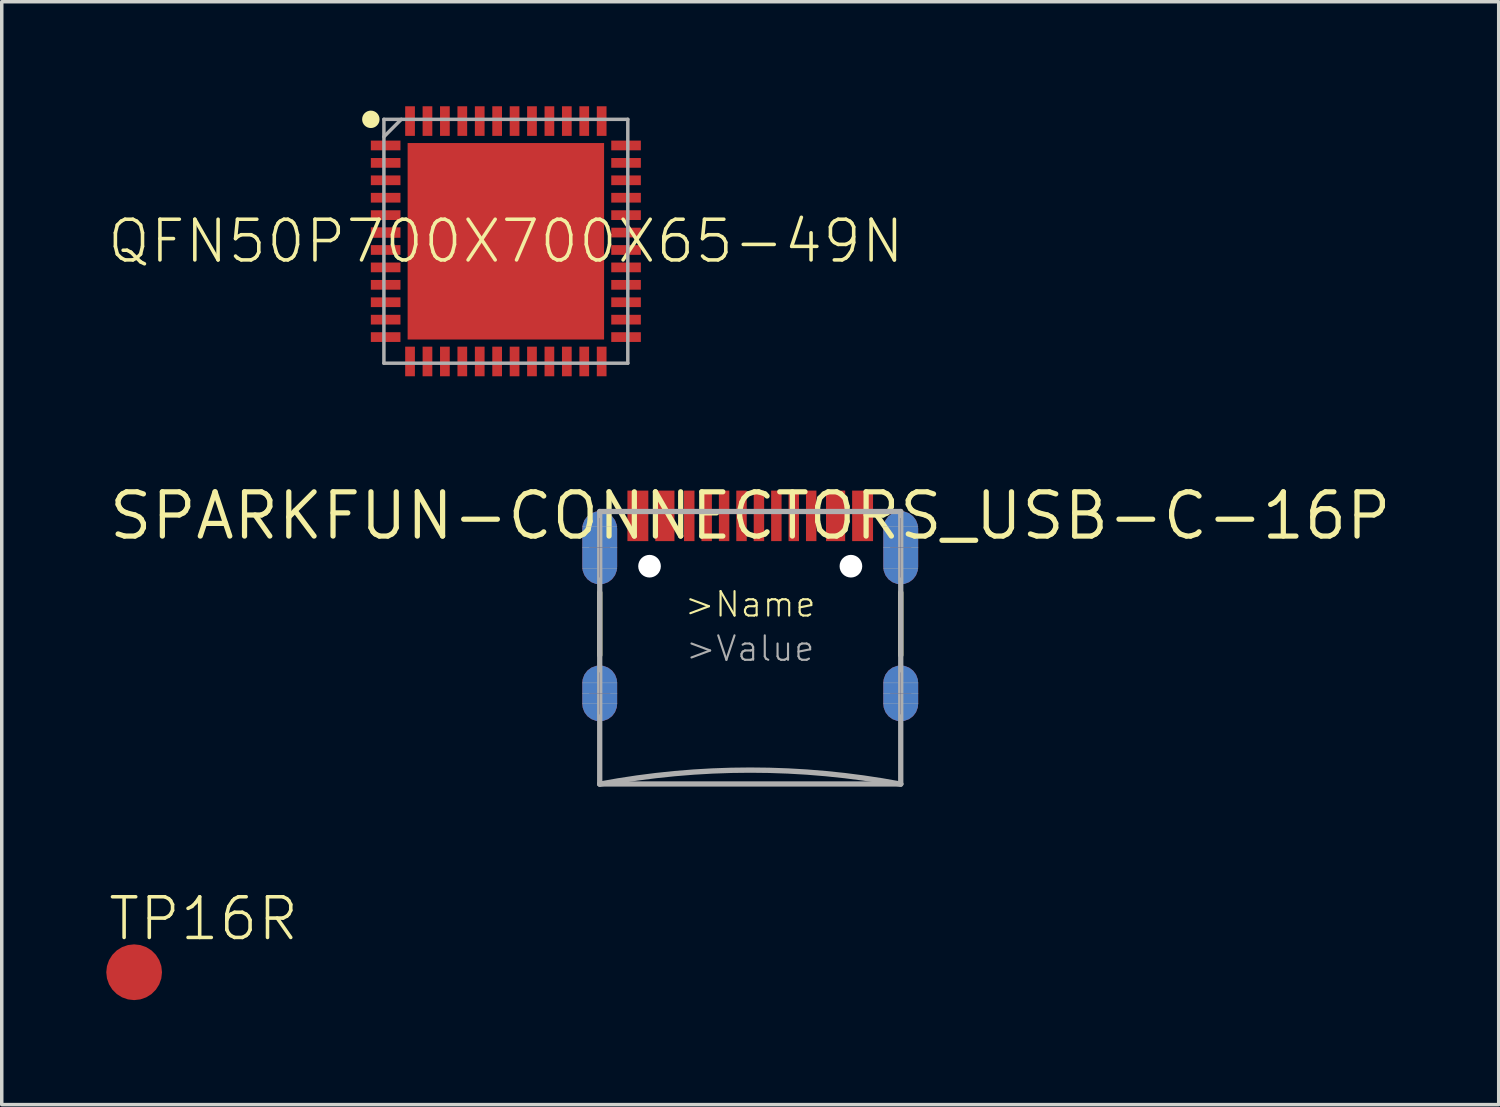
<source format=kicad_pcb>
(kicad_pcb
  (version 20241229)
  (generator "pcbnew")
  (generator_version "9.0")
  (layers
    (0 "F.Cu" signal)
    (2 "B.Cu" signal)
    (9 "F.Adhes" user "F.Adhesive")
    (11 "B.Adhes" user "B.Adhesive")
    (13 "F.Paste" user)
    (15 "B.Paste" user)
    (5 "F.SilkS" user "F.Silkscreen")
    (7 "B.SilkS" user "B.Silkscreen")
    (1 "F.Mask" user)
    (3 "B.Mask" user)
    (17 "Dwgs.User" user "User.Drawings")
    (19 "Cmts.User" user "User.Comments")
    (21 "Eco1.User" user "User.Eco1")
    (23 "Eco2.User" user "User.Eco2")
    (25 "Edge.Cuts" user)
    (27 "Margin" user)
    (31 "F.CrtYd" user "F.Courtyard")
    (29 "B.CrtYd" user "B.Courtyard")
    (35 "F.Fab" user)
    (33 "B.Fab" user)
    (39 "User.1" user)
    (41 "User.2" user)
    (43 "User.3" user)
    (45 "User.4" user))
  (footprint "TP16R"
    (layer "F.Cu")
    (at 0.8 24.855)
    (property "Reference" "TP16R" (at -0.8 -0.85 0) (layer "F.SilkS") (effects (font (size 1.168 1.168) (thickness 0.102)) (justify left bottom)))
    (pad "TP" smd roundrect (at 0 0) (size 1.6 1.6) (layers "F.Cu" "F.Mask") (roundrect_rratio 0.5)))
  (footprint "SPARKFUN-CONNECTORS_USB-C-16P"
    (layer "F.Cu")
    (at 18.483 11.756)
    (property "Reference" "SPARKFUN-CONNECTORS_USB-C-16P" (at 0 0 0) (layer "F.SilkS") (effects (font (size 1.27 1.27) (thickness 0.15))))
    (fp_poly (pts (xy -4.169 -0.226) (xy -4.026 -0.173) (xy -3.902 -0.085) (xy -3.804 0.032) (xy -3.741 0.17) (xy -3.715 0.32) (xy -3.715 1.52) (xy -3.742 1.669) (xy -3.806 1.805) (xy -3.904 1.92) (xy -4.028 2.007) (xy -4.17 2.058) (xy -4.32 2.07) (xy -4.47 2.058) (xy -4.612 2.007) (xy -4.736 1.92) (xy -4.834 1.805) (xy -4.925 1.521) (xy -4.925 0.32) (xy -4.899 0.17) (xy -4.836 0.032) (xy -4.738 -0.085) (xy -4.614 -0.174) (xy -4.32 -0.24)) (stroke (width 0) (type solid)) (fill yes) (layer "F.Mask"))
    (fp_poly (pts (xy -4.163 4.211) (xy -4.017 4.273) (xy -3.891 4.37) (xy -3.795 4.496) (xy -3.735 4.643) (xy -3.715 4.8) (xy -3.715 5.4) (xy -3.736 5.556) (xy -3.797 5.701) (xy -3.893 5.825) (xy -4.018 5.921) (xy -4.164 5.98) (xy -4.32 6) (xy -4.476 5.98) (xy -4.622 5.921) (xy -4.747 5.825) (xy -4.843 5.701) (xy -4.925 5.401) (xy -4.925 4.8) (xy -4.905 4.643) (xy -4.845 4.496) (xy -4.749 4.37) (xy -4.623 4.272) (xy -4.32 4.19)) (stroke (width 0) (type solid)) (fill yes) (layer "F.Mask"))
    (fp_poly (pts (xy 4.471 -0.226) (xy 4.614 -0.173) (xy 4.738 -0.085) (xy 4.836 0.032) (xy 4.899 0.17) (xy 4.925 0.32) (xy 4.925 1.52) (xy 4.898 1.669) (xy 4.834 1.805) (xy 4.736 1.92) (xy 4.612 2.007) (xy 4.47 2.058) (xy 4.32 2.07) (xy 4.17 2.058) (xy 4.028 2.007) (xy 3.904 1.92) (xy 3.806 1.805) (xy 3.715 1.521) (xy 3.715 0.32) (xy 3.741 0.17) (xy 3.804 0.032) (xy 3.902 -0.085) (xy 4.026 -0.174) (xy 4.32 -0.24)) (stroke (width 0) (type solid)) (fill yes) (layer "F.Mask"))
    (fp_poly (pts (xy 4.477 4.211) (xy 4.623 4.273) (xy 4.749 4.37) (xy 4.845 4.496) (xy 4.905 4.643) (xy 4.925 4.8) (xy 4.925 5.4) (xy 4.904 5.556) (xy 4.843 5.701) (xy 4.747 5.825) (xy 4.622 5.921) (xy 4.476 5.98) (xy 4.32 6) (xy 4.164 5.98) (xy 4.018 5.921) (xy 3.893 5.825) (xy 3.797 5.701) (xy 3.715 5.401) (xy 3.715 4.8) (xy 3.735 4.643) (xy 3.795 4.496) (xy 3.891 4.37) (xy 4.017 4.272) (xy 4.32 4.19)) (stroke (width 0) (type solid)) (fill yes) (layer "F.Mask"))
    (fp_line (start -4.32 2.2) (end -4.32 4) (stroke (width 0.152) (type solid)) (layer "F.SilkS"))
    (fp_line (start 4.32 2.2) (end 4.32 4) (stroke (width 0.152) (type solid)) (layer "F.SilkS"))
    (fp_poly (pts (xy -4.169 -0.226) (xy -4.026 -0.173) (xy -3.902 -0.085) (xy -3.804 0.032) (xy -3.741 0.17) (xy -3.715 0.32) (xy -3.715 1.52) (xy -3.742 1.669) (xy -3.806 1.805) (xy -3.904 1.92) (xy -4.028 2.007) (xy -4.17 2.058) (xy -4.32 2.07) (xy -4.47 2.058) (xy -4.612 2.007) (xy -4.736 1.92) (xy -4.834 1.805) (xy -4.925 1.521) (xy -4.925 0.32) (xy -4.899 0.17) (xy -4.836 0.032) (xy -4.738 -0.085) (xy -4.614 -0.174) (xy -4.32 -0.24)) (stroke (width 0) (type solid)) (fill yes) (layer "F.Paste"))
    (fp_poly (pts (xy -4.163 4.211) (xy -4.017 4.273) (xy -3.891 4.37) (xy -3.795 4.496) (xy -3.735 4.643) (xy -3.715 4.8) (xy -3.715 5.4) (xy -3.736 5.556) (xy -3.797 5.701) (xy -3.893 5.825) (xy -4.018 5.921) (xy -4.164 5.98) (xy -4.32 6) (xy -4.476 5.98) (xy -4.622 5.921) (xy -4.747 5.825) (xy -4.843 5.701) (xy -4.925 5.401) (xy -4.925 4.8) (xy -4.905 4.643) (xy -4.845 4.496) (xy -4.749 4.37) (xy -4.623 4.272) (xy -4.32 4.19)) (stroke (width 0) (type solid)) (fill yes) (layer "F.Paste"))
    (fp_poly (pts (xy 4.471 -0.226) (xy 4.614 -0.173) (xy 4.738 -0.085) (xy 4.836 0.032) (xy 4.899 0.17) (xy 4.925 0.32) (xy 4.925 1.52) (xy 4.898 1.669) (xy 4.834 1.805) (xy 4.736 1.92) (xy 4.612 2.007) (xy 4.47 2.058) (xy 4.32 2.07) (xy 4.17 2.058) (xy 4.028 2.007) (xy 3.904 1.92) (xy 3.806 1.805) (xy 3.715 1.521) (xy 3.715 0.32) (xy 3.741 0.17) (xy 3.804 0.032) (xy 3.902 -0.085) (xy 4.026 -0.174) (xy 4.32 -0.24)) (stroke (width 0) (type solid)) (fill yes) (layer "F.Paste"))
    (fp_poly (pts (xy 4.477 4.211) (xy 4.623 4.273) (xy 4.749 4.37) (xy 4.845 4.496) (xy 4.905 4.643) (xy 4.925 4.8) (xy 4.925 5.4) (xy 4.904 5.556) (xy 4.843 5.701) (xy 4.747 5.825) (xy 4.622 5.921) (xy 4.476 5.98) (xy 4.32 6) (xy 4.164 5.98) (xy 4.018 5.921) (xy 3.893 5.825) (xy 3.797 5.701) (xy 3.715 5.401) (xy 3.715 4.8) (xy 3.735 4.643) (xy 3.795 4.496) (xy 3.891 4.37) (xy 4.017 4.272) (xy 4.32 4.19)) (stroke (width 0) (type solid)) (fill yes) (layer "F.Paste"))
    (fp_line (start -4.62 0.915) (end -4.02 0.915) (stroke (width 0.01) (type solid)) (layer "B.Fab"))
    (fp_line (start -4.62 5.095) (end -4.02 5.095) (stroke (width 0.01) (type solid)) (layer "B.Fab"))
    (fp_line (start -4.32 0.065) (end -4.32 1.765) (stroke (width 0.01) (type solid)) (layer "B.Fab"))
    (fp_line (start -4.32 4.495) (end -4.32 5.695) (stroke (width 0.01) (type solid)) (layer "B.Fab"))
    (fp_line (start 4.02 0.915) (end 4.62 0.915) (stroke (width 0.01) (type solid)) (layer "B.Fab"))
    (fp_line (start 4.02 5.095) (end 4.62 5.095) (stroke (width 0.01) (type solid)) (layer "B.Fab"))
    (fp_line (start 4.32 0.065) (end 4.32 1.765) (stroke (width 0.01) (type solid)) (layer "B.Fab"))
    (fp_line (start 4.32 4.495) (end 4.32 5.695) (stroke (width 0.01) (type solid)) (layer "B.Fab"))
    (fp_line (start -4.82 0.315) (end -3.82 0.315) (stroke (width 0.01) (type solid)) (layer "F.Fab"))
    (fp_line (start -4.82 0.915) (end -3.82 0.915) (stroke (width 0.01) (type solid)) (layer "F.Fab"))
    (fp_line (start -4.82 1.515) (end -3.82 1.515) (stroke (width 0.01) (type solid)) (layer "F.Fab"))
    (fp_line (start -4.82 4.795) (end -3.82 4.795) (stroke (width 0.01) (type solid)) (layer "F.Fab"))
    (fp_line (start -4.82 5.095) (end -3.82 5.095) (stroke (width 0.01) (type solid)) (layer "F.Fab"))
    (fp_line (start -4.82 5.395) (end -3.82 5.395) (stroke (width 0.01) (type solid)) (layer "F.Fab"))
    (fp_line (start -4.32 -0.135) (end -4.32 -0.125) (stroke (width 0.01) (type solid)) (layer "F.Fab"))
    (fp_line (start -4.32 -0.125) (end -4.32 1.965) (stroke (width 0.01) (type solid)) (layer "F.Fab"))
    (fp_line (start -4.32 -0.125) (end 4.32 -0.125) (stroke (width 0.152) (type solid)) (layer "F.Fab"))
    (fp_line (start -4.32 4.295) (end -4.32 5.895) (stroke (width 0.01) (type solid)) (layer "F.Fab"))
    (fp_line (start -4.32 7.695) (end -4.32 -0.125) (stroke (width 0.152) (type solid)) (layer "F.Fab"))
    (fp_line (start -4.32 7.695) (end 4.32 7.695) (stroke (width 0.152) (type solid)) (layer "F.Fab"))
    (fp_line (start 3.82 0.315) (end 4.82 0.315) (stroke (width 0.01) (type solid)) (layer "F.Fab"))
    (fp_line (start 3.82 0.915) (end 4.82 0.915) (stroke (width 0.01) (type solid)) (layer "F.Fab"))
    (fp_line (start 3.82 1.515) (end 4.82 1.515) (stroke (width 0.01) (type solid)) (layer "F.Fab"))
    (fp_line (start 3.82 4.795) (end 4.82 4.795) (stroke (width 0.01) (type solid)) (layer "F.Fab"))
    (fp_line (start 3.82 5.095) (end 4.82 5.095) (stroke (width 0.01) (type solid)) (layer "F.Fab"))
    (fp_line (start 3.82 5.395) (end 4.82 5.395) (stroke (width 0.01) (type solid)) (layer "F.Fab"))
    (fp_line (start 4.32 -0.135) (end 4.32 -0.125) (stroke (width 0.01) (type solid)) (layer "F.Fab"))
    (fp_line (start 4.32 -0.125) (end 4.32 1.965) (stroke (width 0.01) (type solid)) (layer "F.Fab"))
    (fp_line (start 4.32 -0.125) (end 4.32 7.695) (stroke (width 0.152) (type solid)) (layer "F.Fab"))
    (fp_line (start 4.32 4.295) (end 4.32 5.895) (stroke (width 0.01) (type solid)) (layer "F.Fab"))
    (fp_arc (start -4.32 7.7) (mid 0 7.297675) (end 4.32 7.7) (stroke (width 0.1524) (type solid)) (layer "F.Fab"))
    (fp_text user ">Name" (at 0 2.54 0) (layer "F.SilkS") (effects (font (size 0.701 0.701) (thickness 0.061))))
    (fp_text user ">Value" (at 0 3.81 0) (layer "F.Fab") (effects (font (size 0.701 0.701) (thickness 0.061))))
    (pad "" np_thru_hole circle (at -2.89 1.445) (size 0.65 0.65) (drill 0.65) (layers "*.Cu" "*.Mask"))
    (pad "" np_thru_hole circle (at 2.89 1.445) (size 0.65 0.65) (drill 0.65) (layers "*.Cu" "*.Mask"))
    (pad "A5" smd rect (at -1.25 0 180) (size 0.3 1.45) (layers "F.Cu" "F.Mask" "F.Paste"))
    (pad "A6" smd rect (at -0.25 0 180) (size 0.3 1.45) (layers "F.Cu" "F.Mask" "F.Paste"))
    (pad "A7" smd rect (at 0.25 0) (size 0.3 1.45) (layers "F.Cu" "F.Mask" "F.Paste"))
    (pad "A8" smd rect (at 1.25 0) (size 0.3 1.45) (layers "F.Cu" "F.Mask" "F.Paste"))
    (pad "B5" smd rect (at 1.75 0) (size 0.3 1.45) (layers "F.Cu" "F.Mask" "F.Paste"))
    (pad "B6" smd rect (at 0.75 0) (size 0.3 1.45) (layers "F.Cu" "F.Mask" "F.Paste"))
    (pad "B7" smd rect (at -0.75 0 180) (size 0.3 1.45) (layers "F.Cu" "F.Mask" "F.Paste"))
    (pad "B8" smd rect (at -1.75 0 180) (size 0.3 1.45) (layers "F.Cu" "F.Mask" "F.Paste"))
    (pad "GND" smd rect (at -3.225 0 180) (size 0.6 1.45) (layers "F.Cu" "F.Mask" "F.Paste"))
    (pad "GND2" smd rect (at 3.225 0) (size 0.6 1.45) (layers "F.Cu" "F.Mask" "F.Paste"))
    (pad "SHLD1" smd roundrect (at -4.32 0.915 180) (size 1 2.1) (layers "F.Cu") (roundrect_rratio 0.5))
    (pad "SHLD2" smd roundrect (at 4.32 0.915 180) (size 1 2.1) (layers "F.Cu") (roundrect_rratio 0.5))
    (pad "SHLD3" smd roundrect (at -4.32 0.915) (size 1 2.1) (layers "B.Cu") (roundrect_rratio 0.5))
    (pad "SHLD4" smd roundrect (at 4.32 0.915) (size 1 2.1) (layers "B.Cu") (roundrect_rratio 0.5))
    (pad "SHLD5" smd roundrect (at -4.32 5.095 180) (size 1 1.6) (layers "F.Cu") (roundrect_rratio 0.5))
    (pad "SHLD6" smd roundrect (at -4.32 5.095) (size 1 1.6) (layers "B.Cu") (roundrect_rratio 0.5))
    (pad "SHLD7" smd roundrect (at 4.32 5.095) (size 1 1.6) (layers "B.Cu") (roundrect_rratio 0.5))
    (pad "SHLD8" smd roundrect (at 4.32 5.095 180) (size 1 1.6) (layers "F.Cu") (roundrect_rratio 0.5))
    (pad "VBUS1" smd rect (at -2.45 0 180) (size 0.55 1.45) (layers "F.Cu" "F.Mask" "F.Paste"))
    (pad "VBUS2" smd rect (at 2.45 0) (size 0.55 1.45) (layers "F.Cu" "F.Mask" "F.Paste")))
  (footprint "QFN50P700X700X65-49N"
    (layer "F.Cu")
    (at 11.469 3.875)
    (property "Reference" "QFN50P700X700X65-49N" (at 0 0 0) (layer "F.SilkS") (effects (font (size 1.168 1.168) (thickness 0.102))))
    (fp_circle (center -3.875 -3.5) (end -3.75 -3.5) (stroke (width 0.25) (type solid)) (fill no) (layer "F.SilkS"))
    (fp_poly (pts (xy -1.27 1.27) (xy 1.27 1.27) (xy 1.27 -1.27) (xy -1.27 -1.27)) (stroke (width 0) (type solid)) (fill yes) (layer "F.Paste"))
    (fp_line (start -3.5 -3.5) (end 3.5 -3.5) (stroke (width 0.1) (type solid)) (layer "F.Fab"))
    (fp_line (start -3.5 -3) (end -3 -3.5) (stroke (width 0.1) (type solid)) (layer "F.Fab"))
    (fp_line (start -3.5 3.5) (end -3.5 -3.5) (stroke (width 0.1) (type solid)) (layer "F.Fab"))
    (fp_line (start 3.5 -3.5) (end 3.5 3.5) (stroke (width 0.1) (type solid)) (layer "F.Fab"))
    (fp_line (start 3.5 3.5) (end -3.5 3.5) (stroke (width 0.1) (type solid)) (layer "F.Fab"))
    (pad "1" smd rect (at -3.45 -2.75) (size 0.85 0.279) (layers "F.Cu" "F.Mask" "F.Paste"))
    (pad "2" smd rect (at -3.45 -2.25) (size 0.85 0.279) (layers "F.Cu" "F.Mask" "F.Paste"))
    (pad "3" smd rect (at -3.45 -1.75) (size 0.85 0.279) (layers "F.Cu" "F.Mask" "F.Paste"))
    (pad "4" smd rect (at -3.45 -1.25) (size 0.85 0.279) (layers "F.Cu" "F.Mask" "F.Paste"))
    (pad "5" smd rect (at -3.45 -0.75) (size 0.85 0.279) (layers "F.Cu" "F.Mask" "F.Paste"))
    (pad "6" smd rect (at -3.45 -0.25) (size 0.85 0.3) (layers "F.Cu" "F.Mask" "F.Paste"))
    (pad "7" smd rect (at -3.45 0.25) (size 0.85 0.279) (layers "F.Cu" "F.Mask" "F.Paste"))
    (pad "8" smd rect (at -3.45 0.75) (size 0.85 0.279) (layers "F.Cu" "F.Mask" "F.Paste"))
    (pad "9" smd rect (at -3.45 1.25) (size 0.85 0.279) (layers "F.Cu" "F.Mask" "F.Paste"))
    (pad "10" smd rect (at -3.45 1.75) (size 0.85 0.279) (layers "F.Cu" "F.Mask" "F.Paste"))
    (pad "11" smd rect (at -3.45 2.25) (size 0.85 0.279) (layers "F.Cu" "F.Mask" "F.Paste"))
    (pad "12" smd rect (at -3.45 2.75) (size 0.85 0.279) (layers "F.Cu" "F.Mask" "F.Paste"))
    (pad "13" smd rect (at -2.75 3.45 90) (size 0.85 0.279) (layers "F.Cu" "F.Mask" "F.Paste"))
    (pad "14" smd rect (at -2.25 3.45 90) (size 0.85 0.279) (layers "F.Cu" "F.Mask" "F.Paste"))
    (pad "15" smd rect (at -1.75 3.45 90) (size 0.85 0.279) (layers "F.Cu" "F.Mask" "F.Paste"))
    (pad "16" smd rect (at -1.25 3.45 90) (size 0.85 0.279) (layers "F.Cu" "F.Mask" "F.Paste"))
    (pad "17" smd rect (at -0.75 3.45 90) (size 0.85 0.279) (layers "F.Cu" "F.Mask" "F.Paste"))
    (pad "18" smd rect (at -0.25 3.45 90) (size 0.85 0.279) (layers "F.Cu" "F.Mask" "F.Paste"))
    (pad "19" smd rect (at 0.25 3.45 90) (size 0.85 0.279) (layers "F.Cu" "F.Mask" "F.Paste"))
    (pad "20" smd rect (at 0.75 3.45 90) (size 0.85 0.279) (layers "F.Cu" "F.Mask" "F.Paste"))
    (pad "21" smd rect (at 1.25 3.45 90) (size 0.85 0.279) (layers "F.Cu" "F.Mask" "F.Paste"))
    (pad "22" smd rect (at 1.75 3.45 90) (size 0.85 0.279) (layers "F.Cu" "F.Mask" "F.Paste"))
    (pad "23" smd rect (at 2.25 3.45 90) (size 0.85 0.279) (layers "F.Cu" "F.Mask" "F.Paste"))
    (pad "24" smd rect (at 2.75 3.45 90) (size 0.85 0.279) (layers "F.Cu" "F.Mask" "F.Paste"))
    (pad "25" smd rect (at 3.45 2.75) (size 0.85 0.279) (layers "F.Cu" "F.Mask" "F.Paste"))
    (pad "26" smd rect (at 3.45 2.25) (size 0.85 0.279) (layers "F.Cu" "F.Mask" "F.Paste"))
    (pad "27" smd rect (at 3.45 1.75) (size 0.85 0.279) (layers "F.Cu" "F.Mask" "F.Paste"))
    (pad "28" smd rect (at 3.45 1.25) (size 0.85 0.279) (layers "F.Cu" "F.Mask" "F.Paste"))
    (pad "29" smd rect (at 3.45 0.75) (size 0.85 0.279) (layers "F.Cu" "F.Mask" "F.Paste"))
    (pad "30" smd rect (at 3.45 0.25) (size 0.85 0.279) (layers "F.Cu" "F.Mask" "F.Paste"))
    (pad "31" smd rect (at 3.45 -0.25) (size 0.85 0.279) (layers "F.Cu" "F.Mask" "F.Paste"))
    (pad "32" smd rect (at 3.45 -0.75) (size 0.85 0.279) (layers "F.Cu" "F.Mask" "F.Paste"))
    (pad "33" smd rect (at 3.45 -1.25) (size 0.85 0.279) (layers "F.Cu" "F.Mask" "F.Paste"))
    (pad "34" smd rect (at 3.45 -1.75) (size 0.85 0.279) (layers "F.Cu" "F.Mask" "F.Paste"))
    (pad "35" smd rect (at 3.45 -2.25) (size 0.85 0.279) (layers "F.Cu" "F.Mask" "F.Paste"))
    (pad "36" smd rect (at 3.45 -2.75) (size 0.85 0.279) (layers "F.Cu" "F.Mask" "F.Paste"))
    (pad "37" smd rect (at 2.75 -3.45 90) (size 0.85 0.279) (layers "F.Cu" "F.Mask" "F.Paste"))
    (pad "38" smd rect (at 2.25 -3.45 90) (size 0.85 0.279) (layers "F.Cu" "F.Mask" "F.Paste"))
    (pad "39" smd rect (at 1.75 -3.45 90) (size 0.85 0.279) (layers "F.Cu" "F.Mask" "F.Paste"))
    (pad "40" smd rect (at 1.25 -3.45 90) (size 0.85 0.279) (layers "F.Cu" "F.Mask" "F.Paste"))
    (pad "41" smd rect (at 0.75 -3.45 90) (size 0.85 0.279) (layers "F.Cu" "F.Mask" "F.Paste"))
    (pad "42" smd rect (at 0.25 -3.45 90) (size 0.85 0.279) (layers "F.Cu" "F.Mask" "F.Paste"))
    (pad "43" smd rect (at -0.25 -3.45 90) (size 0.85 0.279) (layers "F.Cu" "F.Mask" "F.Paste"))
    (pad "44" smd rect (at -0.75 -3.45 90) (size 0.85 0.279) (layers "F.Cu" "F.Mask" "F.Paste"))
    (pad "45" smd rect (at -1.25 -3.45 90) (size 0.85 0.279) (layers "F.Cu" "F.Mask" "F.Paste"))
    (pad "46" smd rect (at -1.75 -3.45 90) (size 0.85 0.279) (layers "F.Cu" "F.Mask" "F.Paste"))
    (pad "47" smd rect (at -2.25 -3.45 90) (size 0.85 0.279) (layers "F.Cu" "F.Mask" "F.Paste"))
    (pad "48" smd rect (at -2.75 -3.45 90) (size 0.85 0.279) (layers "F.Cu" "F.Mask" "F.Paste"))
    (pad "49" smd rect (at 0 0 90) (size 5.639 5.639) (layers "F.Cu" "F.Mask")))
  (gr_rect
    (start -3 -3)
    (end 39.966 28.655)
    (stroke (width 0.1) (type default))
    (fill no)
    (layer "Edge.Cuts")))
</source>
